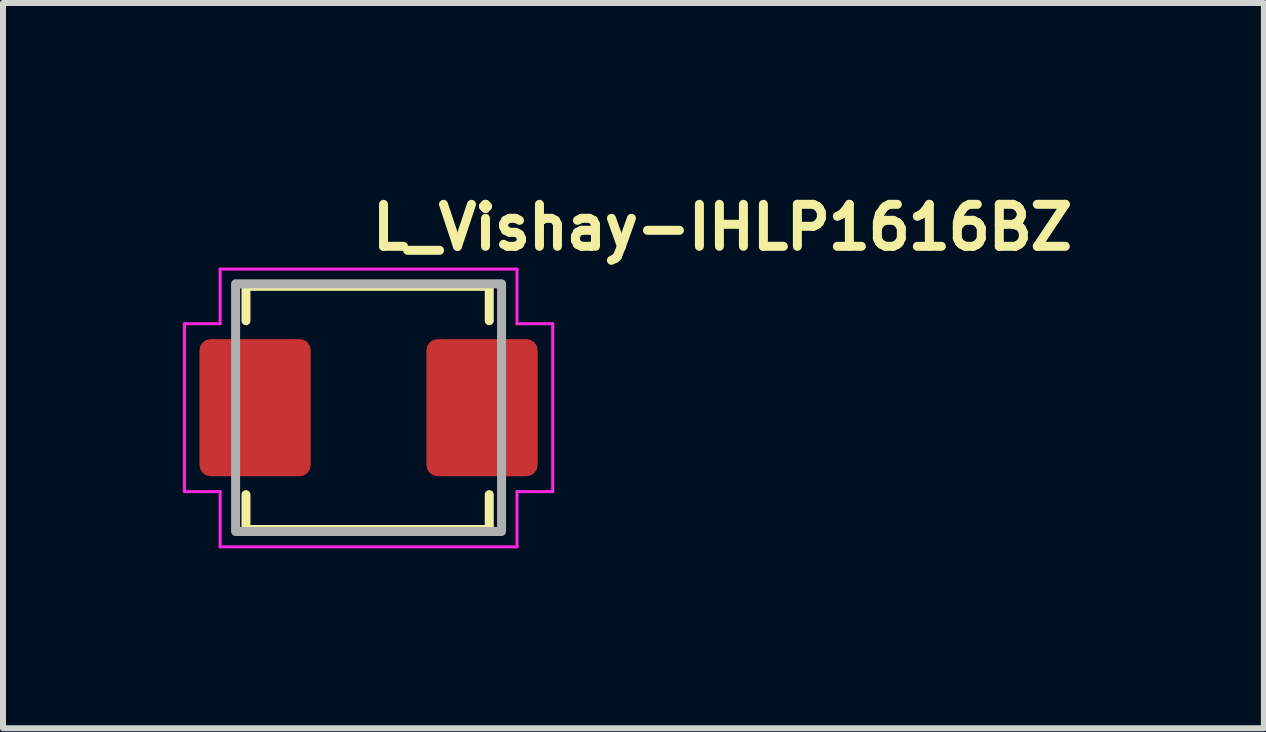
<source format=kicad_pcb>
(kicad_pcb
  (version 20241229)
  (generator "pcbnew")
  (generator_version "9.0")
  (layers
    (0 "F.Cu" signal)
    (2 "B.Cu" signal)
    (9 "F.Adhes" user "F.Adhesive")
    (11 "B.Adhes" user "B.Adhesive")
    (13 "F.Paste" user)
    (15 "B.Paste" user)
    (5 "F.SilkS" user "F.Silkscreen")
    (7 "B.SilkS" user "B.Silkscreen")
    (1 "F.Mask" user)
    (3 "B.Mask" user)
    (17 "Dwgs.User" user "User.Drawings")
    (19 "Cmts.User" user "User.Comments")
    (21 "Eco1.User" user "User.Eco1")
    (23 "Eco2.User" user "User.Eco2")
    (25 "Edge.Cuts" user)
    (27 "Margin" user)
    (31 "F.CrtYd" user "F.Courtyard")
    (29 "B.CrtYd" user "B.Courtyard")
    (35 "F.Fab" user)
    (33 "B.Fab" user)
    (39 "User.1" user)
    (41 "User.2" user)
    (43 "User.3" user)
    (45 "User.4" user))
  (footprint "L_Vishay-IHLP1616BZ"
    (layer "F.Cu")
    (at 3.095 3.747)
    (property "Reference" "L_Vishay-IHLP1616BZ" (at -0.016 -2.597 0) (layer "F.SilkS") (effects (font (size 0.7 0.7) (thickness 0.15)) (justify left bottom)))
    (attr smd)
    (fp_line (start -2.044 -2.024) (end -2.044 -1.45) (stroke (width 0.15) (type solid)) (layer "F.SilkS"))
    (fp_line (start -2.044 2.031) (end -2.044 1.45) (stroke (width 0.15) (type solid)) (layer "F.SilkS"))
    (fp_line (start -2.044 2.031) (end 2.012 2.031) (stroke (width 0.15) (type solid)) (layer "F.SilkS"))
    (fp_line (start 2.012 -2.024) (end -2.044 -2.024) (stroke (width 0.15) (type solid)) (layer "F.SilkS"))
    (fp_line (start 2.012 -2.024) (end 2.012 -1.45) (stroke (width 0.15) (type solid)) (layer "F.SilkS"))
    (fp_line (start 2.012 2.031) (end 2.012 1.45) (stroke (width 0.15) (type solid)) (layer "F.SilkS"))
    (fp_line (start -3.07 1.4) (end -3.07 -1.4) (stroke (width 0.05) (type solid)) (layer "F.CrtYd"))
    (fp_line (start -2.475 -2.31) (end 2.475 -2.31) (stroke (width 0.05) (type solid)) (layer "F.CrtYd"))
    (fp_line (start -2.475 -1.4) (end -3.07 -1.4) (stroke (width 0.05) (type solid)) (layer "F.CrtYd"))
    (fp_line (start -2.475 -1.4) (end -2.475 -2.31) (stroke (width 0.05) (type solid)) (layer "F.CrtYd"))
    (fp_line (start -2.475 1.4) (end -3.07 1.4) (stroke (width 0.05) (type solid)) (layer "F.CrtYd"))
    (fp_line (start -2.475 1.4) (end -2.475 2.32) (stroke (width 0.05) (type solid)) (layer "F.CrtYd"))
    (fp_line (start -2.475 2.32) (end 2.475 2.32) (stroke (width 0.05) (type solid)) (layer "F.CrtYd"))
    (fp_line (start 2.475 -1.4) (end 2.475 -2.31) (stroke (width 0.05) (type solid)) (layer "F.CrtYd"))
    (fp_line (start 2.475 -1.4) (end 3.07 -1.4) (stroke (width 0.05) (type solid)) (layer "F.CrtYd"))
    (fp_line (start 2.475 1.4) (end 2.475 2.32) (stroke (width 0.05) (type solid)) (layer "F.CrtYd"))
    (fp_line (start 2.475 1.4) (end 3.07 1.4) (stroke (width 0.05) (type solid)) (layer "F.CrtYd"))
    (fp_line (start 3.07 1.4) (end 3.07 -1.4) (stroke (width 0.05) (type solid)) (layer "F.CrtYd"))
    (fp_rect (start -2.217 -2.065) (end 2.217 2.064) (stroke (width 0.15) (type solid)) (fill no) (layer "F.Fab"))
    (fp_rect (start -2.217 -2.065) (end 2.217 2.064) (stroke (width 0.1) (type solid)) (fill no) (layer "User.5"))
    (fp_line (start -2.217 -1.016) (end -2.217 1.014) (stroke (width 0.02) (type solid)) (layer "User.9"))
    (fp_line (start -2.217 1.014) (end -2.063 1.014) (stroke (width 0.02) (type solid)) (layer "User.9"))
    (fp_line (start -2.183 -0.076) (end -2.177 -0.083) (stroke (width 0.02) (type solid)) (layer "User.9"))
    (fp_line (start -2.183 0.075) (end -2.183 -0.076) (stroke (width 0.02) (type solid)) (layer "User.9"))
    (fp_line (start -2.177 -0.083) (end -2.171 -0.09) (stroke (width 0.02) (type solid)) (layer "User.9"))
    (fp_line (start -2.171 -0.09) (end -2.165 -0.097) (stroke (width 0.02) (type solid)) (layer "User.9"))
    (fp_line (start -2.171 0.09) (end -2.183 0.075) (stroke (width 0.02) (type solid)) (layer "User.9"))
    (fp_line (start -2.165 -0.097) (end -2.158 -0.104) (stroke (width 0.02) (type solid)) (layer "User.9"))
    (fp_line (start -2.158 -0.104) (end -2.144 -0.117) (stroke (width 0.02) (type solid)) (layer "User.9"))
    (fp_line (start -2.158 0.104) (end -2.171 0.09) (stroke (width 0.02) (type solid)) (layer "User.9"))
    (fp_line (start -2.144 -0.117) (end -2.13 -0.133) (stroke (width 0.02) (type solid)) (layer "User.9"))
    (fp_line (start -2.144 0.118) (end -2.158 0.104) (stroke (width 0.02) (type solid)) (layer "User.9"))
    (fp_line (start -2.13 -0.133) (end -2.114 -0.147) (stroke (width 0.02) (type solid)) (layer "User.9"))
    (fp_line (start -2.13 0.132) (end -2.144 0.118) (stroke (width 0.02) (type solid)) (layer "User.9"))
    (fp_line (start -2.114 -0.147) (end -2.098 -0.161) (stroke (width 0.02) (type solid)) (layer "User.9"))
    (fp_line (start -2.114 0.146) (end -2.13 0.132) (stroke (width 0.02) (type solid)) (layer "User.9"))
    (fp_line (start -2.098 -0.161) (end -2.081 -0.174) (stroke (width 0.02) (type solid)) (layer "User.9"))
    (fp_line (start -2.098 0.16) (end -2.114 0.146) (stroke (width 0.02) (type solid)) (layer "User.9"))
    (fp_line (start -2.081 -0.174) (end -2.063 -0.189) (stroke (width 0.02) (type solid)) (layer "User.9"))
    (fp_line (start -2.081 0.175) (end -2.098 0.16) (stroke (width 0.02) (type solid)) (layer "User.9"))
    (fp_line (start -2.064 -1.44) (end -2.064 -1.016) (stroke (width 0.02) (type solid)) (layer "User.9"))
    (fp_line (start -2.064 -0.09) (end -2.064 -0.076) (stroke (width 0.02) (type solid)) (layer "User.9"))
    (fp_line (start -2.064 -0.09) (end -2.063 -0.189) (stroke (width 0.02) (type solid)) (layer "User.9"))
    (fp_line (start -2.064 -0.076) (end -2.183 -0.076) (stroke (width 0.02) (type solid)) (layer "User.9"))
    (fp_line (start -2.064 -0.076) (end -2.064 0.075) (stroke (width 0.02) (type solid)) (layer "User.9"))
    (fp_line (start -2.064 -0.076) (end -2.064 0.075) (stroke (width 0.02) (type solid)) (layer "User.9"))
    (fp_line (start -2.064 0.075) (end -2.183 0.075) (stroke (width 0.02) (type solid)) (layer "User.9"))
    (fp_line (start -2.064 0.075) (end -2.064 0.09) (stroke (width 0.02) (type solid)) (layer "User.9"))
    (fp_line (start -2.064 1.014) (end -2.064 1.438) (stroke (width 0.02) (type solid)) (layer "User.9"))
    (fp_line (start -2.064 1.438) (end -2.063 1.47) (stroke (width 0.02) (type solid)) (layer "User.9"))
    (fp_line (start -2.063 -1.471) (end -2.064 -1.44) (stroke (width 0.02) (type solid)) (layer "User.9"))
    (fp_line (start -2.063 -1.016) (end -2.217 -1.016) (stroke (width 0.02) (type solid)) (layer "User.9"))
    (fp_line (start -2.063 -1.016) (end -1.937 -1.016) (stroke (width 0.02) (type solid)) (layer "User.9"))
    (fp_line (start -2.063 0.189) (end -2.081 0.175) (stroke (width 0.02) (type solid)) (layer "User.9"))
    (fp_line (start -2.063 0.189) (end -2.064 0.09) (stroke (width 0.02) (type solid)) (layer "User.9"))
    (fp_line (start -2.063 0.189) (end -2.06 0.19) (stroke (width 0.02) (type solid)) (layer "User.9"))
    (fp_line (start -2.063 1.014) (end -1.952 1.014) (stroke (width 0.02) (type solid)) (layer "User.9"))
    (fp_line (start -2.063 1.47) (end -2.061 1.5) (stroke (width 0.02) (type solid)) (layer "User.9"))
    (fp_line (start -2.061 -1.502) (end -2.063 -1.471) (stroke (width 0.02) (type solid)) (layer "User.9"))
    (fp_line (start -2.061 1.5) (end -2.057 1.532) (stroke (width 0.02) (type solid)) (layer "User.9"))
    (fp_line (start -2.06 -0.191) (end -2.063 -0.189) (stroke (width 0.02) (type solid)) (layer "User.9"))
    (fp_line (start -2.06 0.19) (end -2.056 0.192) (stroke (width 0.02) (type solid)) (layer "User.9"))
    (fp_line (start -2.057 -1.532) (end -2.061 -1.502) (stroke (width 0.02) (type solid)) (layer "User.9"))
    (fp_line (start -2.057 1.532) (end -2.052 1.561) (stroke (width 0.02) (type solid)) (layer "User.9"))
    (fp_line (start -2.056 -0.192) (end -2.06 -0.191) (stroke (width 0.02) (type solid)) (layer "User.9"))
    (fp_line (start -2.056 0.192) (end -2.053 0.193) (stroke (width 0.02) (type solid)) (layer "User.9"))
    (fp_line (start -2.053 -0.194) (end -2.056 -0.192) (stroke (width 0.02) (type solid)) (layer "User.9"))
    (fp_line (start -2.053 0.193) (end -2.049 0.195) (stroke (width 0.02) (type solid)) (layer "User.9"))
    (fp_line (start -2.052 -1.562) (end -2.057 -1.532) (stroke (width 0.02) (type solid)) (layer "User.9"))
    (fp_line (start -2.052 1.561) (end -2.045 1.591) (stroke (width 0.02) (type solid)) (layer "User.9"))
    (fp_line (start -2.049 -0.195) (end -2.053 -0.194) (stroke (width 0.02) (type solid)) (layer "User.9"))
    (fp_line (start -2.049 0.195) (end -2.046 0.196) (stroke (width 0.02) (type solid)) (layer "User.9"))
    (fp_line (start -2.046 -0.196) (end -2.049 -0.195) (stroke (width 0.02) (type solid)) (layer "User.9"))
    (fp_line (start -2.046 0.196) (end -2.042 0.197) (stroke (width 0.02) (type solid)) (layer "User.9"))
    (fp_line (start -2.045 -1.592) (end -2.052 -1.562) (stroke (width 0.02) (type solid)) (layer "User.9"))
    (fp_line (start -2.045 1.591) (end -2.036 1.621) (stroke (width 0.02) (type solid)) (layer "User.9"))
    (fp_line (start -2.042 -0.198) (end -2.046 -0.196) (stroke (width 0.02) (type solid)) (layer "User.9"))
    (fp_line (start -2.042 0.197) (end -2.039 0.198) (stroke (width 0.02) (type solid)) (layer "User.9"))
    (fp_line (start -2.039 -0.199) (end -2.042 -0.198) (stroke (width 0.02) (type solid)) (layer "User.9"))
    (fp_line (start -2.039 0.198) (end -2.035 0.199) (stroke (width 0.02) (type solid)) (layer "User.9"))
    (fp_line (start -2.036 -1.622) (end -2.045 -1.592) (stroke (width 0.02) (type solid)) (layer "User.9"))
    (fp_line (start -2.036 1.621) (end -2.028 1.649) (stroke (width 0.02) (type solid)) (layer "User.9"))
    (fp_line (start -2.035 -0.199) (end -2.039 -0.199) (stroke (width 0.02) (type solid)) (layer "User.9"))
    (fp_line (start -2.035 0.199) (end -2.032 0.2) (stroke (width 0.02) (type solid)) (layer "User.9"))
    (fp_line (start -2.032 -0.2) (end -2.035 -0.199) (stroke (width 0.02) (type solid)) (layer "User.9"))
    (fp_line (start -2.032 0.2) (end -2.028 0.201) (stroke (width 0.02) (type solid)) (layer "User.9"))
    (fp_line (start -2.028 -1.651) (end -2.036 -1.622) (stroke (width 0.02) (type solid)) (layer "User.9"))
    (fp_line (start -2.028 -0.201) (end -2.032 -0.2) (stroke (width 0.02) (type solid)) (layer "User.9"))
    (fp_line (start -2.028 0.201) (end -2.024 0.201) (stroke (width 0.02) (type solid)) (layer "User.9"))
    (fp_line (start -2.028 1.649) (end -2.016 1.678) (stroke (width 0.02) (type solid)) (layer "User.9"))
    (fp_line (start -2.024 -0.202) (end -2.028 -0.201) (stroke (width 0.02) (type solid)) (layer "User.9"))
    (fp_line (start -2.024 0.201) (end -2.02 0.202) (stroke (width 0.02) (type solid)) (layer "User.9"))
    (fp_line (start -2.02 -0.202) (end -2.024 -0.202) (stroke (width 0.02) (type solid)) (layer "User.9"))
    (fp_line (start -2.02 0.202) (end -2.016 0.202) (stroke (width 0.02) (type solid)) (layer "User.9"))
    (fp_line (start -2.016 -1.679) (end -2.028 -1.651) (stroke (width 0.02) (type solid)) (layer "User.9"))
    (fp_line (start -2.016 -0.202) (end -2.02 -0.202) (stroke (width 0.02) (type solid)) (layer "User.9"))
    (fp_line (start -2.016 0.202) (end -2.012 0.202) (stroke (width 0.02) (type solid)) (layer "User.9"))
    (fp_line (start -2.016 1.678) (end -2.004 1.706) (stroke (width 0.02) (type solid)) (layer "User.9"))
    (fp_line (start -2.012 -0.203) (end -2.016 -0.202) (stroke (width 0.02) (type solid)) (layer "User.9"))
    (fp_line (start -2.012 0.202) (end -2.008 0.202) (stroke (width 0.02) (type solid)) (layer "User.9"))
    (fp_line (start -2.008 -0.203) (end -2.012 -0.203) (stroke (width 0.02) (type solid)) (layer "User.9"))
    (fp_line (start -2.008 0.202) (end -2.004 0.202) (stroke (width 0.02) (type solid)) (layer "User.9"))
    (fp_line (start -2.004 -1.707) (end -2.016 -1.679) (stroke (width 0.02) (type solid)) (layer "User.9"))
    (fp_line (start -2.004 -0.203) (end -2.008 -0.203) (stroke (width 0.02) (type solid)) (layer "User.9"))
    (fp_line (start -2.004 -0.203) (end -1.937 -0.203) (stroke (width 0.02) (type solid)) (layer "User.9"))
    (fp_line (start -2.004 1.706) (end -1.991 1.734) (stroke (width 0.02) (type solid)) (layer "User.9"))
    (fp_line (start -1.991 -1.734) (end -2.004 -1.707) (stroke (width 0.02) (type solid)) (layer "User.9"))
    (fp_line (start -1.991 1.734) (end -1.975 1.76) (stroke (width 0.02) (type solid)) (layer "User.9"))
    (fp_line (start -1.975 -1.761) (end -1.991 -1.734) (stroke (width 0.02) (type solid)) (layer "User.9"))
    (fp_line (start -1.975 1.76) (end -1.959 1.786) (stroke (width 0.02) (type solid)) (layer "User.9"))
    (fp_line (start -1.959 -1.787) (end -1.975 -1.761) (stroke (width 0.02) (type solid)) (layer "User.9"))
    (fp_line (start -1.959 1.786) (end -1.942 1.811) (stroke (width 0.02) (type solid)) (layer "User.9"))
    (fp_line (start -1.95 1.014) (end -1.952 1.014) (stroke (width 0.02) (type solid)) (layer "User.9"))
    (fp_line (start -1.948 1.014) (end -1.95 1.014) (stroke (width 0.02) (type solid)) (layer "User.9"))
    (fp_line (start -1.946 1.014) (end -1.948 1.014) (stroke (width 0.02) (type solid)) (layer "User.9"))
    (fp_line (start -1.944 1.014) (end -1.946 1.014) (stroke (width 0.02) (type solid)) (layer "User.9"))
    (fp_line (start -1.943 1.016) (end -1.944 1.014) (stroke (width 0.02) (type solid)) (layer "User.9"))
    (fp_line (start -1.942 -1.812) (end -1.959 -1.787) (stroke (width 0.02) (type solid)) (layer "User.9"))
    (fp_line (start -1.942 1.811) (end -1.923 1.835) (stroke (width 0.02) (type solid)) (layer "User.9"))
    (fp_line (start -1.941 1.016) (end -1.943 1.016) (stroke (width 0.02) (type solid)) (layer "User.9"))
    (fp_line (start -1.939 1.016) (end -1.941 1.016) (stroke (width 0.02) (type solid)) (layer "User.9"))
    (fp_line (start -1.937 -1.44) (end -1.936 -1.471) (stroke (width 0.02) (type solid)) (layer "User.9"))
    (fp_line (start -1.937 0.202) (end -2.004 0.202) (stroke (width 0.02) (type solid)) (layer "User.9"))
    (fp_line (start -1.937 1.016) (end -1.939 1.016) (stroke (width 0.02) (type solid)) (layer "User.9"))
    (fp_line (start -1.937 1.438) (end -1.937 -1.44) (stroke (width 0.02) (type solid)) (layer "User.9"))
    (fp_line (start -1.936 -1.471) (end -1.934 -1.502) (stroke (width 0.02) (type solid)) (layer "User.9"))
    (fp_line (start -1.936 1.47) (end -1.937 1.438) (stroke (width 0.02) (type solid)) (layer "User.9"))
    (fp_line (start -1.934 -1.502) (end -1.93 -1.532) (stroke (width 0.02) (type solid)) (layer "User.9"))
    (fp_line (start -1.934 1.5) (end -1.936 1.47) (stroke (width 0.02) (type solid)) (layer "User.9"))
    (fp_line (start -1.93 -1.532) (end -1.925 -1.562) (stroke (width 0.02) (type solid)) (layer "User.9"))
    (fp_line (start -1.93 1.532) (end -1.934 1.5) (stroke (width 0.02) (type solid)) (layer "User.9"))
    (fp_line (start -1.925 -1.562) (end -1.918 -1.592) (stroke (width 0.02) (type solid)) (layer "User.9"))
    (fp_line (start -1.925 1.561) (end -1.93 1.532) (stroke (width 0.02) (type solid)) (layer "User.9"))
    (fp_line (start -1.923 -1.836) (end -1.942 -1.812) (stroke (width 0.02) (type solid)) (layer "User.9"))
    (fp_line (start -1.923 1.835) (end -1.902 1.859) (stroke (width 0.02) (type solid)) (layer "User.9"))
    (fp_line (start -1.918 -1.592) (end -1.91 -1.622) (stroke (width 0.02) (type solid)) (layer "User.9"))
    (fp_line (start -1.918 1.591) (end -1.925 1.561) (stroke (width 0.02) (type solid)) (layer "User.9"))
    (fp_line (start -1.91 -1.622) (end -1.901 -1.651) (stroke (width 0.02) (type solid)) (layer "User.9"))
    (fp_line (start -1.91 1.621) (end -1.918 1.591) (stroke (width 0.02) (type solid)) (layer "User.9"))
    (fp_line (start -1.902 -1.859) (end -1.923 -1.836) (stroke (width 0.02) (type solid)) (layer "User.9"))
    (fp_line (start -1.902 1.859) (end -1.881 1.881) (stroke (width 0.02) (type solid)) (layer "User.9"))
    (fp_line (start -1.901 -1.651) (end -1.89 -1.679) (stroke (width 0.02) (type solid)) (layer "User.9"))
    (fp_line (start -1.901 1.649) (end -1.91 1.621) (stroke (width 0.02) (type solid)) (layer "User.9"))
    (fp_line (start -1.89 -1.679) (end -1.877 -1.707) (stroke (width 0.02) (type solid)) (layer "User.9"))
    (fp_line (start -1.89 1.678) (end -1.901 1.649) (stroke (width 0.02) (type solid)) (layer "User.9"))
    (fp_line (start -1.881 -1.882) (end -1.902 -1.859) (stroke (width 0.02) (type solid)) (layer "User.9"))
    (fp_line (start -1.881 -1.882) (end -1.881 -1.882) (stroke (width 0.02) (type solid)) (layer "User.9"))
    (fp_line (start -1.881 1.881) (end -1.881 1.881) (stroke (width 0.02) (type solid)) (layer "User.9"))
    (fp_line (start -1.881 1.881) (end -1.859 1.903) (stroke (width 0.02) (type solid)) (layer "User.9"))
    (fp_line (start -1.877 -1.707) (end -1.864 -1.734) (stroke (width 0.02) (type solid)) (layer "User.9"))
    (fp_line (start -1.877 1.706) (end -1.89 1.678) (stroke (width 0.02) (type solid)) (layer "User.9"))
    (fp_line (start -1.864 -1.734) (end -1.848 -1.761) (stroke (width 0.02) (type solid)) (layer "User.9"))
    (fp_line (start -1.864 1.734) (end -1.877 1.706) (stroke (width 0.02) (type solid)) (layer "User.9"))
    (fp_line (start -1.859 -1.903) (end -1.881 -1.882) (stroke (width 0.02) (type solid)) (layer "User.9"))
    (fp_line (start -1.859 1.903) (end -1.835 1.922) (stroke (width 0.02) (type solid)) (layer "User.9"))
    (fp_line (start -1.848 -1.761) (end -1.832 -1.787) (stroke (width 0.02) (type solid)) (layer "User.9"))
    (fp_line (start -1.848 1.76) (end -1.864 1.734) (stroke (width 0.02) (type solid)) (layer "User.9"))
    (fp_line (start -1.835 -1.923) (end -1.859 -1.903) (stroke (width 0.02) (type solid)) (layer "User.9"))
    (fp_line (start -1.835 1.922) (end -1.811 1.942) (stroke (width 0.02) (type solid)) (layer "User.9"))
    (fp_line (start -1.832 -1.787) (end -1.815 -1.812) (stroke (width 0.02) (type solid)) (layer "User.9"))
    (fp_line (start -1.832 1.786) (end -1.848 1.76) (stroke (width 0.02) (type solid)) (layer "User.9"))
    (fp_line (start -1.815 -1.812) (end -1.796 -1.836) (stroke (width 0.02) (type solid)) (layer "User.9"))
    (fp_line (start -1.815 1.811) (end -1.832 1.786) (stroke (width 0.02) (type solid)) (layer "User.9"))
    (fp_line (start -1.811 -1.942) (end -1.835 -1.923) (stroke (width 0.02) (type solid)) (layer "User.9"))
    (fp_line (start -1.811 1.942) (end -1.786 1.958) (stroke (width 0.02) (type solid)) (layer "User.9"))
    (fp_line (start -1.796 -1.836) (end -1.775 -1.859) (stroke (width 0.02) (type solid)) (layer "User.9"))
    (fp_line (start -1.796 1.835) (end -1.815 1.811) (stroke (width 0.02) (type solid)) (layer "User.9"))
    (fp_line (start -1.786 -1.96) (end -1.811 -1.942) (stroke (width 0.02) (type solid)) (layer "User.9"))
    (fp_line (start -1.786 1.958) (end -1.76 1.976) (stroke (width 0.02) (type solid)) (layer "User.9"))
    (fp_line (start -1.775 -1.859) (end -1.754 -1.882) (stroke (width 0.02) (type solid)) (layer "User.9"))
    (fp_line (start -1.775 1.859) (end -1.796 1.835) (stroke (width 0.02) (type solid)) (layer "User.9"))
    (fp_line (start -1.76 -1.976) (end -1.786 -1.96) (stroke (width 0.02) (type solid)) (layer "User.9"))
    (fp_line (start -1.76 1.976) (end -1.734 1.99) (stroke (width 0.02) (type solid)) (layer "User.9"))
    (fp_line (start -1.754 -1.882) (end -1.754 -1.882) (stroke (width 0.02) (type solid)) (layer "User.9"))
    (fp_line (start -1.754 -1.882) (end -1.732 -1.903) (stroke (width 0.02) (type solid)) (layer "User.9"))
    (fp_line (start -1.754 1.881) (end -1.775 1.859) (stroke (width 0.02) (type solid)) (layer "User.9"))
    (fp_line (start -1.754 1.881) (end -1.754 1.881) (stroke (width 0.02) (type solid)) (layer "User.9"))
    (fp_line (start -1.734 -1.991) (end -1.76 -1.976) (stroke (width 0.02) (type solid)) (layer "User.9"))
    (fp_line (start -1.734 1.99) (end -1.706 2.004) (stroke (width 0.02) (type solid)) (layer "User.9"))
    (fp_line (start -1.732 -1.903) (end -1.708 -1.923) (stroke (width 0.02) (type solid)) (layer "User.9"))
    (fp_line (start -1.732 1.903) (end -1.754 1.881) (stroke (width 0.02) (type solid)) (layer "User.9"))
    (fp_line (start -1.708 -1.923) (end -1.684 -1.942) (stroke (width 0.02) (type solid)) (layer "User.9"))
    (fp_line (start -1.708 1.922) (end -1.732 1.903) (stroke (width 0.02) (type solid)) (layer "User.9"))
    (fp_line (start -1.706 -2.004) (end -1.734 -1.991) (stroke (width 0.02) (type solid)) (layer "User.9"))
    (fp_line (start -1.706 2.004) (end -1.678 2.016) (stroke (width 0.02) (type solid)) (layer "User.9"))
    (fp_line (start -1.684 -1.942) (end -1.659 -1.96) (stroke (width 0.02) (type solid)) (layer "User.9"))
    (fp_line (start -1.684 1.942) (end -1.708 1.922) (stroke (width 0.02) (type solid)) (layer "User.9"))
    (fp_line (start -1.678 -2.016) (end -1.706 -2.004) (stroke (width 0.02) (type solid)) (layer "User.9"))
    (fp_line (start -1.678 2.016) (end -1.65 2.028) (stroke (width 0.02) (type solid)) (layer "User.9"))
    (fp_line (start -1.659 -1.96) (end -1.633 -1.976) (stroke (width 0.02) (type solid)) (layer "User.9"))
    (fp_line (start -1.659 1.958) (end -1.684 1.942) (stroke (width 0.02) (type solid)) (layer "User.9"))
    (fp_line (start -1.65 -2.028) (end -1.678 -2.016) (stroke (width 0.02) (type solid)) (layer "User.9"))
    (fp_line (start -1.65 2.028) (end -1.621 2.036) (stroke (width 0.02) (type solid)) (layer "User.9"))
    (fp_line (start -1.633 -1.976) (end -1.607 -1.991) (stroke (width 0.02) (type solid)) (layer "User.9"))
    (fp_line (start -1.633 1.976) (end -1.659 1.958) (stroke (width 0.02) (type solid)) (layer "User.9"))
    (fp_line (start -1.621 -2.036) (end -1.65 -2.028) (stroke (width 0.02) (type solid)) (layer "User.9"))
    (fp_line (start -1.621 2.036) (end -1.592 2.045) (stroke (width 0.02) (type solid)) (layer "User.9"))
    (fp_line (start -1.607 -1.991) (end -1.579 -2.004) (stroke (width 0.02) (type solid)) (layer "User.9"))
    (fp_line (start -1.607 1.99) (end -1.633 1.976) (stroke (width 0.02) (type solid)) (layer "User.9"))
    (fp_line (start -1.592 -2.045) (end -1.621 -2.036) (stroke (width 0.02) (type solid)) (layer "User.9"))
    (fp_line (start -1.592 2.045) (end -1.562 2.052) (stroke (width 0.02) (type solid)) (layer "User.9"))
    (fp_line (start -1.579 -2.004) (end -1.551 -2.016) (stroke (width 0.02) (type solid)) (layer "User.9"))
    (fp_line (start -1.579 2.004) (end -1.607 1.99) (stroke (width 0.02) (type solid)) (layer "User.9"))
    (fp_line (start -1.562 -2.053) (end -1.592 -2.045) (stroke (width 0.02) (type solid)) (layer "User.9"))
    (fp_line (start -1.562 2.052) (end -1.532 2.057) (stroke (width 0.02) (type solid)) (layer "User.9"))
    (fp_line (start -1.551 -2.016) (end -1.523 -2.028) (stroke (width 0.02) (type solid)) (layer "User.9"))
    (fp_line (start -1.551 2.016) (end -1.579 2.004) (stroke (width 0.02) (type solid)) (layer "User.9"))
    (fp_line (start -1.532 -2.058) (end -1.562 -2.053) (stroke (width 0.02) (type solid)) (layer "User.9"))
    (fp_line (start -1.532 2.057) (end -1.501 2.061) (stroke (width 0.02) (type solid)) (layer "User.9"))
    (fp_line (start -1.523 -2.028) (end -1.494 -2.036) (stroke (width 0.02) (type solid)) (layer "User.9"))
    (fp_line (start -1.523 2.028) (end -1.551 2.016) (stroke (width 0.02) (type solid)) (layer "User.9"))
    (fp_line (start -1.501 -2.062) (end -1.532 -2.058) (stroke (width 0.02) (type solid)) (layer "User.9"))
    (fp_line (start -1.501 2.061) (end -1.47 2.064) (stroke (width 0.02) (type solid)) (layer "User.9"))
    (fp_line (start -1.494 -2.036) (end -1.465 -2.045) (stroke (width 0.02) (type solid)) (layer "User.9"))
    (fp_line (start -1.494 2.036) (end -1.523 2.028) (stroke (width 0.02) (type solid)) (layer "User.9"))
    (fp_line (start -1.47 -2.064) (end -1.501 -2.062) (stroke (width 0.02) (type solid)) (layer "User.9"))
    (fp_line (start -1.47 2.064) (end -1.439 2.064) (stroke (width 0.02) (type solid)) (layer "User.9"))
    (fp_line (start -1.465 -2.045) (end -1.435 -2.053) (stroke (width 0.02) (type solid)) (layer "User.9"))
    (fp_line (start -1.465 2.045) (end -1.494 2.036) (stroke (width 0.02) (type solid)) (layer "User.9"))
    (fp_line (start -1.439 -2.065) (end -1.47 -2.064) (stroke (width 0.02) (type solid)) (layer "User.9"))
    (fp_line (start -1.439 2.064) (end -1.312 2.064) (stroke (width 0.02) (type solid)) (layer "User.9"))
    (fp_line (start -1.435 -2.053) (end -1.405 -2.058) (stroke (width 0.02) (type solid)) (layer "User.9"))
    (fp_line (start -1.435 2.052) (end -1.465 2.045) (stroke (width 0.02) (type solid)) (layer "User.9"))
    (fp_line (start -1.405 -2.058) (end -1.374 -2.062) (stroke (width 0.02) (type solid)) (layer "User.9"))
    (fp_line (start -1.405 2.057) (end -1.435 2.052) (stroke (width 0.02) (type solid)) (layer "User.9"))
    (fp_line (start -1.374 -2.062) (end -1.343 -2.064) (stroke (width 0.02) (type solid)) (layer "User.9"))
    (fp_line (start -1.374 2.061) (end -1.405 2.057) (stroke (width 0.02) (type solid)) (layer "User.9"))
    (fp_line (start -1.343 -2.064) (end -1.312 -2.065) (stroke (width 0.02) (type solid)) (layer "User.9"))
    (fp_line (start -1.343 2.064) (end -1.374 2.061) (stroke (width 0.02) (type solid)) (layer "User.9"))
    (fp_line (start -1.312 -2.065) (end -1.439 -2.065) (stroke (width 0.02) (type solid)) (layer "User.9"))
    (fp_line (start -1.312 -2.065) (end 1.313 -2.065) (stroke (width 0.02) (type solid)) (layer "User.9"))
    (fp_line (start -1.312 2.064) (end -1.343 2.064) (stroke (width 0.02) (type solid)) (layer "User.9"))
    (fp_line (start 1.313 -2.065) (end 1.345 -2.064) (stroke (width 0.02) (type solid)) (layer "User.9"))
    (fp_line (start 1.313 2.064) (end -1.312 2.064) (stroke (width 0.02) (type solid)) (layer "User.9"))
    (fp_line (start 1.313 2.064) (end 1.44 2.064) (stroke (width 0.02) (type solid)) (layer "User.9"))
    (fp_line (start 1.344 2.064) (end 1.313 2.064) (stroke (width 0.02) (type solid)) (layer "User.9"))
    (fp_line (start 1.345 -2.064) (end 1.377 -2.062) (stroke (width 0.02) (type solid)) (layer "User.9"))
    (fp_line (start 1.375 2.061) (end 1.344 2.064) (stroke (width 0.02) (type solid)) (layer "User.9"))
    (fp_line (start 1.377 -2.062) (end 1.408 -2.058) (stroke (width 0.02) (type solid)) (layer "User.9"))
    (fp_line (start 1.405 2.057) (end 1.375 2.061) (stroke (width 0.02) (type solid)) (layer "User.9"))
    (fp_line (start 1.408 -2.058) (end 1.439 -2.052) (stroke (width 0.02) (type solid)) (layer "User.9"))
    (fp_line (start 1.436 2.052) (end 1.405 2.057) (stroke (width 0.02) (type solid)) (layer "User.9"))
    (fp_line (start 1.439 -2.052) (end 1.469 -2.045) (stroke (width 0.02) (type solid)) (layer "User.9"))
    (fp_line (start 1.44 -2.065) (end 1.313 -2.065) (stroke (width 0.02) (type solid)) (layer "User.9"))
    (fp_line (start 1.44 2.064) (end 1.471 2.064) (stroke (width 0.02) (type solid)) (layer "User.9"))
    (fp_line (start 1.465 2.045) (end 1.436 2.052) (stroke (width 0.02) (type solid)) (layer "User.9"))
    (fp_line (start 1.469 -2.045) (end 1.499 -2.036) (stroke (width 0.02) (type solid)) (layer "User.9"))
    (fp_line (start 1.471 2.064) (end 1.502 2.061) (stroke (width 0.02) (type solid)) (layer "User.9"))
    (fp_line (start 1.472 -2.064) (end 1.44 -2.065) (stroke (width 0.02) (type solid)) (layer "User.9"))
    (fp_line (start 1.495 2.036) (end 1.465 2.045) (stroke (width 0.02) (type solid)) (layer "User.9"))
    (fp_line (start 1.499 -2.036) (end 1.528 -2.027) (stroke (width 0.02) (type solid)) (layer "User.9"))
    (fp_line (start 1.502 2.061) (end 1.532 2.057) (stroke (width 0.02) (type solid)) (layer "User.9"))
    (fp_line (start 1.504 -2.062) (end 1.472 -2.064) (stroke (width 0.02) (type solid)) (layer "User.9"))
    (fp_line (start 1.524 2.028) (end 1.495 2.036) (stroke (width 0.02) (type solid)) (layer "User.9"))
    (fp_line (start 1.528 -2.027) (end 1.556 -2.016) (stroke (width 0.02) (type solid)) (layer "User.9"))
    (fp_line (start 1.532 2.057) (end 1.563 2.052) (stroke (width 0.02) (type solid)) (layer "User.9"))
    (fp_line (start 1.535 -2.058) (end 1.504 -2.062) (stroke (width 0.02) (type solid)) (layer "User.9"))
    (fp_line (start 1.552 2.016) (end 1.524 2.028) (stroke (width 0.02) (type solid)) (layer "User.9"))
    (fp_line (start 1.556 -2.016) (end 1.584 -2.003) (stroke (width 0.02) (type solid)) (layer "User.9"))
    (fp_line (start 1.563 2.052) (end 1.592 2.045) (stroke (width 0.02) (type solid)) (layer "User.9"))
    (fp_line (start 1.566 -2.052) (end 1.535 -2.058) (stroke (width 0.02) (type solid)) (layer "User.9"))
    (fp_line (start 1.58 2.004) (end 1.552 2.016) (stroke (width 0.02) (type solid)) (layer "User.9"))
    (fp_line (start 1.584 -2.003) (end 1.611 -1.989) (stroke (width 0.02) (type solid)) (layer "User.9"))
    (fp_line (start 1.592 2.045) (end 1.622 2.036) (stroke (width 0.02) (type solid)) (layer "User.9"))
    (fp_line (start 1.596 -2.045) (end 1.566 -2.052) (stroke (width 0.02) (type solid)) (layer "User.9"))
    (fp_line (start 1.607 1.99) (end 1.58 2.004) (stroke (width 0.02) (type solid)) (layer "User.9"))
    (fp_line (start 1.611 -1.989) (end 1.637 -1.974) (stroke (width 0.02) (type solid)) (layer "User.9"))
    (fp_line (start 1.622 2.036) (end 1.651 2.028) (stroke (width 0.02) (type solid)) (layer "User.9"))
    (fp_line (start 1.626 -2.036) (end 1.596 -2.045) (stroke (width 0.02) (type solid)) (layer "User.9"))
    (fp_line (start 1.634 1.976) (end 1.607 1.99) (stroke (width 0.02) (type solid)) (layer "User.9"))
    (fp_line (start 1.637 -1.974) (end 1.662 -1.958) (stroke (width 0.02) (type solid)) (layer "User.9"))
    (fp_line (start 1.651 2.028) (end 1.679 2.016) (stroke (width 0.02) (type solid)) (layer "User.9"))
    (fp_line (start 1.655 -2.027) (end 1.626 -2.036) (stroke (width 0.02) (type solid)) (layer "User.9"))
    (fp_line (start 1.659 1.958) (end 1.634 1.976) (stroke (width 0.02) (type solid)) (layer "User.9"))
    (fp_line (start 1.662 -1.958) (end 1.687 -1.941) (stroke (width 0.02) (type solid)) (layer "User.9"))
    (fp_line (start 1.679 2.016) (end 1.707 2.004) (stroke (width 0.02) (type solid)) (layer "User.9"))
    (fp_line (start 1.683 -2.016) (end 1.655 -2.027) (stroke (width 0.02) (type solid)) (layer "User.9"))
    (fp_line (start 1.685 1.942) (end 1.659 1.958) (stroke (width 0.02) (type solid)) (layer "User.9"))
    (fp_line (start 1.687 -1.941) (end 1.711 -1.922) (stroke (width 0.02) (type solid)) (layer "User.9"))
    (fp_line (start 1.707 2.004) (end 1.734 1.99) (stroke (width 0.02) (type solid)) (layer "User.9"))
    (fp_line (start 1.709 1.922) (end 1.685 1.942) (stroke (width 0.02) (type solid)) (layer "User.9"))
    (fp_line (start 1.711 -2.003) (end 1.683 -2.016) (stroke (width 0.02) (type solid)) (layer "User.9"))
    (fp_line (start 1.711 -1.922) (end 1.733 -1.902) (stroke (width 0.02) (type solid)) (layer "User.9"))
    (fp_line (start 1.732 1.903) (end 1.709 1.922) (stroke (width 0.02) (type solid)) (layer "User.9"))
    (fp_line (start 1.733 -1.902) (end 1.755 -1.882) (stroke (width 0.02) (type solid)) (layer "User.9"))
    (fp_line (start 1.734 1.99) (end 1.761 1.976) (stroke (width 0.02) (type solid)) (layer "User.9"))
    (fp_line (start 1.738 -1.989) (end 1.711 -2.003) (stroke (width 0.02) (type solid)) (layer "User.9"))
    (fp_line (start 1.755 -1.882) (end 1.776 -1.86) (stroke (width 0.02) (type solid)) (layer "User.9"))
    (fp_line (start 1.755 1.881) (end 1.732 1.903) (stroke (width 0.02) (type solid)) (layer "User.9"))
    (fp_line (start 1.755 1.881) (end 1.755 1.881) (stroke (width 0.02) (type solid)) (layer "User.9"))
    (fp_line (start 1.761 1.976) (end 1.786 1.958) (stroke (width 0.02) (type solid)) (layer "User.9"))
    (fp_line (start 1.764 -1.974) (end 1.738 -1.989) (stroke (width 0.02) (type solid)) (layer "User.9"))
    (fp_line (start 1.776 -1.86) (end 1.795 -1.837) (stroke (width 0.02) (type solid)) (layer "User.9"))
    (fp_line (start 1.776 1.859) (end 1.755 1.881) (stroke (width 0.02) (type solid)) (layer "User.9"))
    (fp_line (start 1.786 1.958) (end 1.812 1.942) (stroke (width 0.02) (type solid)) (layer "User.9"))
    (fp_line (start 1.789 -1.958) (end 1.764 -1.974) (stroke (width 0.02) (type solid)) (layer "User.9"))
    (fp_line (start 1.795 -1.837) (end 1.814 -1.814) (stroke (width 0.02) (type solid)) (layer "User.9"))
    (fp_line (start 1.796 1.835) (end 1.776 1.859) (stroke (width 0.02) (type solid)) (layer "User.9"))
    (fp_line (start 1.812 1.942) (end 1.836 1.922) (stroke (width 0.02) (type solid)) (layer "User.9"))
    (fp_line (start 1.814 -1.941) (end 1.789 -1.958) (stroke (width 0.02) (type solid)) (layer "User.9"))
    (fp_line (start 1.814 -1.814) (end 1.831 -1.789) (stroke (width 0.02) (type solid)) (layer "User.9"))
    (fp_line (start 1.815 1.811) (end 1.796 1.835) (stroke (width 0.02) (type solid)) (layer "User.9"))
    (fp_line (start 1.831 -1.789) (end 1.847 -1.764) (stroke (width 0.02) (type solid)) (layer "User.9"))
    (fp_line (start 1.833 1.786) (end 1.815 1.811) (stroke (width 0.02) (type solid)) (layer "User.9"))
    (fp_line (start 1.836 1.922) (end 1.859 1.903) (stroke (width 0.02) (type solid)) (layer "User.9"))
    (fp_line (start 1.838 -1.922) (end 1.814 -1.941) (stroke (width 0.02) (type solid)) (layer "User.9"))
    (fp_line (start 1.847 -1.764) (end 1.862 -1.738) (stroke (width 0.02) (type solid)) (layer "User.9"))
    (fp_line (start 1.849 1.76) (end 1.833 1.786) (stroke (width 0.02) (type solid)) (layer "User.9"))
    (fp_line (start 1.859 1.903) (end 1.882 1.881) (stroke (width 0.02) (type solid)) (layer "User.9"))
    (fp_line (start 1.86 -1.902) (end 1.838 -1.922) (stroke (width 0.02) (type solid)) (layer "User.9"))
    (fp_line (start 1.862 -1.738) (end 1.876 -1.711) (stroke (width 0.02) (type solid)) (layer "User.9"))
    (fp_line (start 1.864 1.734) (end 1.849 1.76) (stroke (width 0.02) (type solid)) (layer "User.9"))
    (fp_line (start 1.876 -1.711) (end 1.889 -1.683) (stroke (width 0.02) (type solid)) (layer "User.9"))
    (fp_line (start 1.878 1.706) (end 1.864 1.734) (stroke (width 0.02) (type solid)) (layer "User.9"))
    (fp_line (start 1.882 -1.882) (end 1.86 -1.902) (stroke (width 0.02) (type solid)) (layer "User.9"))
    (fp_line (start 1.882 1.881) (end 1.882 1.881) (stroke (width 0.02) (type solid)) (layer "User.9"))
    (fp_line (start 1.882 1.881) (end 1.903 1.859) (stroke (width 0.02) (type solid)) (layer "User.9"))
    (fp_line (start 1.889 -1.683) (end 1.9 -1.655) (stroke (width 0.02) (type solid)) (layer "User.9"))
    (fp_line (start 1.89 1.678) (end 1.878 1.706) (stroke (width 0.02) (type solid)) (layer "User.9"))
    (fp_line (start 1.9 -1.655) (end 1.909 -1.626) (stroke (width 0.02) (type solid)) (layer "User.9"))
    (fp_line (start 1.901 1.649) (end 1.89 1.678) (stroke (width 0.02) (type solid)) (layer "User.9"))
    (fp_line (start 1.903 -1.86) (end 1.882 -1.882) (stroke (width 0.02) (type solid)) (layer "User.9"))
    (fp_line (start 1.903 1.859) (end 1.923 1.835) (stroke (width 0.02) (type solid)) (layer "User.9"))
    (fp_line (start 1.909 -1.626) (end 1.918 -1.596) (stroke (width 0.02) (type solid)) (layer "User.9"))
    (fp_line (start 1.911 1.621) (end 1.901 1.649) (stroke (width 0.02) (type solid)) (layer "User.9"))
    (fp_line (start 1.918 -1.596) (end 1.925 -1.566) (stroke (width 0.02) (type solid)) (layer "User.9"))
    (fp_line (start 1.919 1.591) (end 1.911 1.621) (stroke (width 0.02) (type solid)) (layer "User.9"))
    (fp_line (start 1.922 -1.837) (end 1.903 -1.86) (stroke (width 0.02) (type solid)) (layer "User.9"))
    (fp_line (start 1.923 1.835) (end 1.942 1.811) (stroke (width 0.02) (type solid)) (layer "User.9"))
    (fp_line (start 1.925 -1.566) (end 1.931 -1.535) (stroke (width 0.02) (type solid)) (layer "User.9"))
    (fp_line (start 1.926 1.561) (end 1.919 1.591) (stroke (width 0.02) (type solid)) (layer "User.9"))
    (fp_line (start 1.931 -1.535) (end 1.935 -1.504) (stroke (width 0.02) (type solid)) (layer "User.9"))
    (fp_line (start 1.931 1.532) (end 1.926 1.561) (stroke (width 0.02) (type solid)) (layer "User.9"))
    (fp_line (start 1.935 -1.504) (end 1.937 -1.472) (stroke (width 0.02) (type solid)) (layer "User.9"))
    (fp_line (start 1.935 1.5) (end 1.931 1.532) (stroke (width 0.02) (type solid)) (layer "User.9"))
    (fp_line (start 1.937 -1.472) (end 1.938 -1.44) (stroke (width 0.02) (type solid)) (layer "User.9"))
    (fp_line (start 1.937 1.47) (end 1.935 1.5) (stroke (width 0.02) (type solid)) (layer "User.9"))
    (fp_line (start 1.938 -1.44) (end 1.938 1.438) (stroke (width 0.02) (type solid)) (layer "User.9"))
    (fp_line (start 1.938 -1.016) (end 2.064 -1.016) (stroke (width 0.02) (type solid)) (layer "User.9"))
    (fp_line (start 1.938 -0.203) (end 2.006 -0.203) (stroke (width 0.02) (type solid)) (layer "User.9"))
    (fp_line (start 1.938 0.202) (end 2.006 0.202) (stroke (width 0.02) (type solid)) (layer "User.9"))
    (fp_line (start 1.938 1.438) (end 1.937 1.47) (stroke (width 0.02) (type solid)) (layer "User.9"))
    (fp_line (start 1.94 1.016) (end 1.938 1.016) (stroke (width 0.02) (type solid)) (layer "User.9"))
    (fp_line (start 1.941 -1.814) (end 1.922 -1.837) (stroke (width 0.02) (type solid)) (layer "User.9"))
    (fp_line (start 1.942 1.016) (end 1.94 1.016) (stroke (width 0.02) (type solid)) (layer "User.9"))
    (fp_line (start 1.942 1.811) (end 1.96 1.786) (stroke (width 0.02) (type solid)) (layer "User.9"))
    (fp_line (start 1.943 1.016) (end 1.942 1.016) (stroke (width 0.02) (type solid)) (layer "User.9"))
    (fp_line (start 1.945 1.014) (end 1.943 1.016) (stroke (width 0.02) (type solid)) (layer "User.9"))
    (fp_line (start 1.947 1.014) (end 1.945 1.014) (stroke (width 0.02) (type solid)) (layer "User.9"))
    (fp_line (start 1.949 1.014) (end 1.947 1.014) (stroke (width 0.02) (type solid)) (layer "User.9"))
    (fp_line (start 1.951 1.014) (end 1.949 1.014) (stroke (width 0.02) (type solid)) (layer "User.9"))
    (fp_line (start 1.952 1.014) (end 1.951 1.014) (stroke (width 0.02) (type solid)) (layer "User.9"))
    (fp_line (start 1.952 1.014) (end 2.064 1.014) (stroke (width 0.02) (type solid)) (layer "User.9"))
    (fp_line (start 1.958 -1.789) (end 1.941 -1.814) (stroke (width 0.02) (type solid)) (layer "User.9"))
    (fp_line (start 1.96 1.786) (end 1.976 1.76) (stroke (width 0.02) (type solid)) (layer "User.9"))
    (fp_line (start 1.974 -1.764) (end 1.958 -1.789) (stroke (width 0.02) (type solid)) (layer "User.9"))
    (fp_line (start 1.976 1.76) (end 1.991 1.734) (stroke (width 0.02) (type solid)) (layer "User.9"))
    (fp_line (start 1.988 -1.738) (end 1.974 -1.764) (stroke (width 0.02) (type solid)) (layer "User.9"))
    (fp_line (start 1.991 1.734) (end 2.004 1.706) (stroke (width 0.02) (type solid)) (layer "User.9"))
    (fp_line (start 2.003 -1.711) (end 1.988 -1.738) (stroke (width 0.02) (type solid)) (layer "User.9"))
    (fp_line (start 2.004 1.706) (end 2.016 1.678) (stroke (width 0.02) (type solid)) (layer "User.9"))
    (fp_line (start 2.006 0.202) (end 2.01 0.202) (stroke (width 0.02) (type solid)) (layer "User.9"))
    (fp_line (start 2.01 -0.203) (end 2.006 -0.203) (stroke (width 0.02) (type solid)) (layer "User.9"))
    (fp_line (start 2.01 0.202) (end 2.014 0.202) (stroke (width 0.02) (type solid)) (layer "User.9"))
    (fp_line (start 2.014 -0.203) (end 2.01 -0.203) (stroke (width 0.02) (type solid)) (layer "User.9"))
    (fp_line (start 2.014 0.202) (end 2.018 0.202) (stroke (width 0.02) (type solid)) (layer "User.9"))
    (fp_line (start 2.016 -1.683) (end 2.003 -1.711) (stroke (width 0.02) (type solid)) (layer "User.9"))
    (fp_line (start 2.016 1.678) (end 2.028 1.649) (stroke (width 0.02) (type solid)) (layer "User.9"))
    (fp_line (start 2.018 -0.202) (end 2.014 -0.203) (stroke (width 0.02) (type solid)) (layer "User.9"))
    (fp_line (start 2.018 0.202) (end 2.02 0.202) (stroke (width 0.02) (type solid)) (layer "User.9"))
    (fp_line (start 2.02 -0.202) (end 2.018 -0.202) (stroke (width 0.02) (type solid)) (layer "User.9"))
    (fp_line (start 2.02 0.202) (end 2.024 0.201) (stroke (width 0.02) (type solid)) (layer "User.9"))
    (fp_line (start 2.024 -0.202) (end 2.02 -0.202) (stroke (width 0.02) (type solid)) (layer "User.9"))
    (fp_line (start 2.024 0.201) (end 2.028 0.201) (stroke (width 0.02) (type solid)) (layer "User.9"))
    (fp_line (start 2.027 -1.655) (end 2.016 -1.683) (stroke (width 0.02) (type solid)) (layer "User.9"))
    (fp_line (start 2.028 -0.201) (end 2.024 -0.202) (stroke (width 0.02) (type solid)) (layer "User.9"))
    (fp_line (start 2.028 0.201) (end 2.032 0.2) (stroke (width 0.02) (type solid)) (layer "User.9"))
    (fp_line (start 2.028 1.649) (end 2.036 1.621) (stroke (width 0.02) (type solid)) (layer "User.9"))
    (fp_line (start 2.032 -0.2) (end 2.028 -0.201) (stroke (width 0.02) (type solid)) (layer "User.9"))
    (fp_line (start 2.032 0.2) (end 2.036 0.199) (stroke (width 0.02) (type solid)) (layer "User.9"))
    (fp_line (start 2.036 -1.626) (end 2.027 -1.655) (stroke (width 0.02) (type solid)) (layer "User.9"))
    (fp_line (start 2.036 -0.199) (end 2.032 -0.2) (stroke (width 0.02) (type solid)) (layer "User.9"))
    (fp_line (start 2.036 0.199) (end 2.04 0.198) (stroke (width 0.02) (type solid)) (layer "User.9"))
    (fp_line (start 2.036 1.621) (end 2.045 1.591) (stroke (width 0.02) (type solid)) (layer "User.9"))
    (fp_line (start 2.04 -0.199) (end 2.036 -0.199) (stroke (width 0.02) (type solid)) (layer "User.9"))
    (fp_line (start 2.04 0.198) (end 2.043 0.197) (stroke (width 0.02) (type solid)) (layer "User.9"))
    (fp_line (start 2.043 -0.198) (end 2.04 -0.199) (stroke (width 0.02) (type solid)) (layer "User.9"))
    (fp_line (start 2.043 0.197) (end 2.047 0.196) (stroke (width 0.02) (type solid)) (layer "User.9"))
    (fp_line (start 2.045 -1.596) (end 2.036 -1.626) (stroke (width 0.02) (type solid)) (layer "User.9"))
    (fp_line (start 2.045 1.591) (end 2.053 1.561) (stroke (width 0.02) (type solid)) (layer "User.9"))
    (fp_line (start 2.047 -0.196) (end 2.043 -0.198) (stroke (width 0.02) (type solid)) (layer "User.9"))
    (fp_line (start 2.047 0.196) (end 2.05 0.195) (stroke (width 0.02) (type solid)) (layer "User.9"))
    (fp_line (start 2.05 -0.195) (end 2.047 -0.196) (stroke (width 0.02) (type solid)) (layer "User.9"))
    (fp_line (start 2.05 0.195) (end 2.054 0.193) (stroke (width 0.02) (type solid)) (layer "User.9"))
    (fp_line (start 2.052 -1.566) (end 2.045 -1.596) (stroke (width 0.02) (type solid)) (layer "User.9"))
    (fp_line (start 2.053 1.561) (end 2.058 1.532) (stroke (width 0.02) (type solid)) (layer "User.9"))
    (fp_line (start 2.054 -0.194) (end 2.05 -0.195) (stroke (width 0.02) (type solid)) (layer "User.9"))
    (fp_line (start 2.054 0.193) (end 2.057 0.192) (stroke (width 0.02) (type solid)) (layer "User.9"))
    (fp_line (start 2.057 -0.192) (end 2.054 -0.194) (stroke (width 0.02) (type solid)) (layer "User.9"))
    (fp_line (start 2.057 0.192) (end 2.061 0.19) (stroke (width 0.02) (type solid)) (layer "User.9"))
    (fp_line (start 2.058 -1.535) (end 2.052 -1.566) (stroke (width 0.02) (type solid)) (layer "User.9"))
    (fp_line (start 2.058 1.532) (end 2.062 1.5) (stroke (width 0.02) (type solid)) (layer "User.9"))
    (fp_line (start 2.061 -0.191) (end 2.057 -0.192) (stroke (width 0.02) (type solid)) (layer "User.9"))
    (fp_line (start 2.061 0.19) (end 2.064 0.189) (stroke (width 0.02) (type solid)) (layer "User.9"))
    (fp_line (start 2.062 -1.504) (end 2.058 -1.535) (stroke (width 0.02) (type solid)) (layer "User.9"))
    (fp_line (start 2.062 1.5) (end 2.064 1.47) (stroke (width 0.02) (type solid)) (layer "User.9"))
    (fp_line (start 2.064 -1.472) (end 2.062 -1.504) (stroke (width 0.02) (type solid)) (layer "User.9"))
    (fp_line (start 2.064 -0.189) (end 2.061 -0.191) (stroke (width 0.02) (type solid)) (layer "User.9"))
    (fp_line (start 2.064 -0.189) (end 2.065 -0.09) (stroke (width 0.02) (type solid)) (layer "User.9"))
    (fp_line (start 2.064 -0.189) (end 2.082 -0.174) (stroke (width 0.02) (type solid)) (layer "User.9"))
    (fp_line (start 2.064 1.014) (end 2.217 1.014) (stroke (width 0.02) (type solid)) (layer "User.9"))
    (fp_line (start 2.064 1.47) (end 2.065 1.438) (stroke (width 0.02) (type solid)) (layer "User.9"))
    (fp_line (start 2.065 -1.44) (end 2.064 -1.472) (stroke (width 0.02) (type solid)) (layer "User.9"))
    (fp_line (start 2.065 -1.016) (end 2.065 -1.44) (stroke (width 0.02) (type solid)) (layer "User.9"))
    (fp_line (start 2.065 -0.076) (end 2.065 -0.09) (stroke (width 0.02) (type solid)) (layer "User.9"))
    (fp_line (start 2.065 -0.076) (end 2.184 -0.076) (stroke (width 0.02) (type solid)) (layer "User.9"))
    (fp_line (start 2.065 0.075) (end 2.065 -0.076) (stroke (width 0.02) (type solid)) (layer "User.9"))
    (fp_line (start 2.065 0.075) (end 2.065 -0.076) (stroke (width 0.02) (type solid)) (layer "User.9"))
    (fp_line (start 2.065 0.075) (end 2.184 0.075) (stroke (width 0.02) (type solid)) (layer "User.9"))
    (fp_line (start 2.065 0.09) (end 2.064 0.189) (stroke (width 0.02) (type solid)) (layer "User.9"))
    (fp_line (start 2.065 0.09) (end 2.065 0.075) (stroke (width 0.02) (type solid)) (layer "User.9"))
    (fp_line (start 2.065 1.438) (end 2.065 1.014) (stroke (width 0.02) (type solid)) (layer "User.9"))
    (fp_line (start 2.082 -0.174) (end 2.099 -0.161) (stroke (width 0.02) (type solid)) (layer "User.9"))
    (fp_line (start 2.082 0.175) (end 2.064 0.189) (stroke (width 0.02) (type solid)) (layer "User.9"))
    (fp_line (start 2.099 -0.161) (end 2.115 -0.147) (stroke (width 0.02) (type solid)) (layer "User.9"))
    (fp_line (start 2.099 0.16) (end 2.082 0.175) (stroke (width 0.02) (type solid)) (layer "User.9"))
    (fp_line (start 2.115 -0.147) (end 2.131 -0.133) (stroke (width 0.02) (type solid)) (layer "User.9"))
    (fp_line (start 2.115 0.146) (end 2.099 0.16) (stroke (width 0.02) (type solid)) (layer "User.9"))
    (fp_line (start 2.131 -0.133) (end 2.145 -0.117) (stroke (width 0.02) (type solid)) (layer "User.9"))
    (fp_line (start 2.131 0.132) (end 2.115 0.146) (stroke (width 0.02) (type solid)) (layer "User.9"))
    (fp_line (start 2.145 -0.117) (end 2.159 -0.104) (stroke (width 0.02) (type solid)) (layer "User.9"))
    (fp_line (start 2.145 0.118) (end 2.131 0.132) (stroke (width 0.02) (type solid)) (layer "User.9"))
    (fp_line (start 2.159 -0.104) (end 2.172 -0.09) (stroke (width 0.02) (type solid)) (layer "User.9"))
    (fp_line (start 2.159 0.104) (end 2.145 0.118) (stroke (width 0.02) (type solid)) (layer "User.9"))
    (fp_line (start 2.172 -0.09) (end 2.184 -0.076) (stroke (width 0.02) (type solid)) (layer "User.9"))
    (fp_line (start 2.172 0.09) (end 2.159 0.104) (stroke (width 0.02) (type solid)) (layer "User.9"))
    (fp_line (start 2.178 0.083) (end 2.172 0.09) (stroke (width 0.02) (type solid)) (layer "User.9"))
    (fp_line (start 2.184 -0.076) (end 2.184 0.075) (stroke (width 0.02) (type solid)) (layer "User.9"))
    (fp_line (start 2.184 0.075) (end 2.178 0.083) (stroke (width 0.02) (type solid)) (layer "User.9"))
    (fp_line (start 2.217 -1.016) (end 2.064 -1.016) (stroke (width 0.02) (type solid)) (layer "User.9"))
    (fp_line (start 2.217 1.014) (end 2.217 -1.016) (stroke (width 0.02) (type solid)) (layer "User.9"))
    (pad "1" smd roundrect (at -1.892 0 90) (size 2.286 1.855) (layers "F.Cu" "F.Mask" "F.Paste") (roundrect_rratio 0.1))
    (pad "2" smd roundrect (at 1.892 0 90) (size 2.286 1.855) (layers "F.Cu" "F.Mask" "F.Paste") (roundrect_rratio 0.1)))
  (gr_rect
    (start -3 -3)
    (end 18.022 9.092)
    (stroke (width 0.1) (type default))
    (fill no)
    (layer "Edge.Cuts")))
</source>
